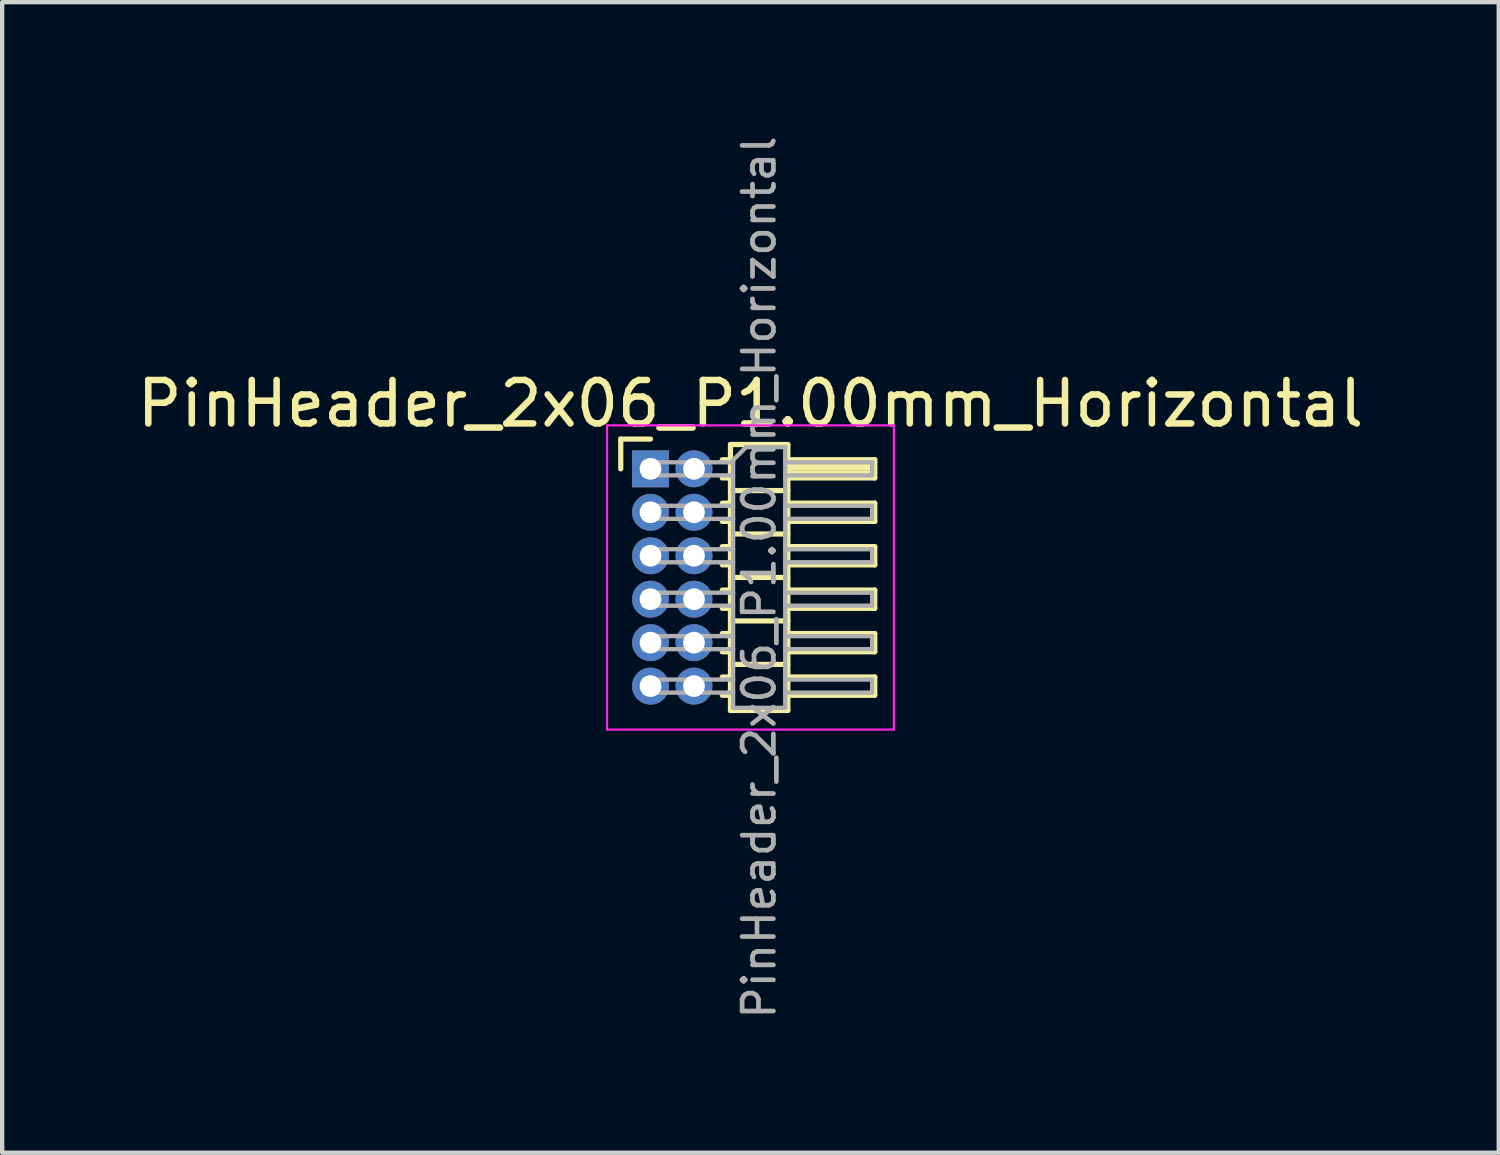
<source format=kicad_pcb>
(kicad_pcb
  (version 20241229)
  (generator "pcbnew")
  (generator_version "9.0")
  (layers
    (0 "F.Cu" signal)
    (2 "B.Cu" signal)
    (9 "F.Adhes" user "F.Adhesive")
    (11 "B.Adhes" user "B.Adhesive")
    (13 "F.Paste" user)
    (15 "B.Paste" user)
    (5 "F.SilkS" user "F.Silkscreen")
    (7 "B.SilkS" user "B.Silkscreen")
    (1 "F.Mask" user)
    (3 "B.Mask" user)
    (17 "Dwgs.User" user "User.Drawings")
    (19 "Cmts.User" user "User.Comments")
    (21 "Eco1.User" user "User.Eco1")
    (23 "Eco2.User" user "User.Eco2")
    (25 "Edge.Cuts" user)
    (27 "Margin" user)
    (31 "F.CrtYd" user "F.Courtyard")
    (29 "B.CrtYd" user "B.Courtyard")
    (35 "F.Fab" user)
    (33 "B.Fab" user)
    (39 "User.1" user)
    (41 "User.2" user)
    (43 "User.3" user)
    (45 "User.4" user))
  (footprint "PinHeader_2x06_P1.00mm_Horizontal"
    (layer "F.Cu")
    (at 11.92 7.739)
    (property "Reference" "PinHeader_2x06_P1.00mm_Horizontal" (at 2.3 -1.5 0) (layer "F.SilkS") (effects (font (size 1 1) (thickness 0.15))))
    (attr through_hole)
    (fp_line (start -0.685 -0.685) (end 0 -0.685) (stroke (width 0.12) (type solid)) (layer "F.SilkS"))
    (fp_line (start -0.685 0) (end -0.685 -0.685) (stroke (width 0.12) (type solid)) (layer "F.SilkS"))
    (fp_line (start 1.652 -0.21) (end 1.84 -0.21) (stroke (width 0.12) (type solid)) (layer "F.SilkS"))
    (fp_line (start 1.652 0.21) (end 1.84 0.21) (stroke (width 0.12) (type solid)) (layer "F.SilkS"))
    (fp_line (start 1.652 0.79) (end 1.84 0.79) (stroke (width 0.12) (type solid)) (layer "F.SilkS"))
    (fp_line (start 1.652 1.21) (end 1.84 1.21) (stroke (width 0.12) (type solid)) (layer "F.SilkS"))
    (fp_line (start 1.652 1.79) (end 1.84 1.79) (stroke (width 0.12) (type solid)) (layer "F.SilkS"))
    (fp_line (start 1.652 2.21) (end 1.84 2.21) (stroke (width 0.12) (type solid)) (layer "F.SilkS"))
    (fp_line (start 1.652 2.79) (end 1.84 2.79) (stroke (width 0.12) (type solid)) (layer "F.SilkS"))
    (fp_line (start 1.652 3.21) (end 1.84 3.21) (stroke (width 0.12) (type solid)) (layer "F.SilkS"))
    (fp_line (start 1.652 3.79) (end 1.84 3.79) (stroke (width 0.12) (type solid)) (layer "F.SilkS"))
    (fp_line (start 1.652 4.21) (end 1.84 4.21) (stroke (width 0.12) (type solid)) (layer "F.SilkS"))
    (fp_line (start 1.652 4.79) (end 1.84 4.79) (stroke (width 0.12) (type solid)) (layer "F.SilkS"))
    (fp_line (start 1.652 5.21) (end 1.84 5.21) (stroke (width 0.12) (type solid)) (layer "F.SilkS"))
    (fp_line (start 1.84 -0.56) (end 1.84 5.56) (stroke (width 0.12) (type solid)) (layer "F.SilkS"))
    (fp_line (start 1.84 0.5) (end 3.16 0.5) (stroke (width 0.12) (type solid)) (layer "F.SilkS"))
    (fp_line (start 1.84 1.5) (end 3.16 1.5) (stroke (width 0.12) (type solid)) (layer "F.SilkS"))
    (fp_line (start 1.84 2.5) (end 3.16 2.5) (stroke (width 0.12) (type solid)) (layer "F.SilkS"))
    (fp_line (start 1.84 3.5) (end 3.16 3.5) (stroke (width 0.12) (type solid)) (layer "F.SilkS"))
    (fp_line (start 1.84 4.5) (end 3.16 4.5) (stroke (width 0.12) (type solid)) (layer "F.SilkS"))
    (fp_line (start 1.84 5.56) (end 3.16 5.56) (stroke (width 0.12) (type solid)) (layer "F.SilkS"))
    (fp_line (start 3.16 -0.56) (end 1.84 -0.56) (stroke (width 0.12) (type solid)) (layer "F.SilkS"))
    (fp_line (start 3.16 -0.21) (end 5.16 -0.21) (stroke (width 0.12) (type solid)) (layer "F.SilkS"))
    (fp_line (start 3.16 -0.15) (end 5.16 -0.15) (stroke (width 0.12) (type solid)) (layer "F.SilkS"))
    (fp_line (start 3.16 -0.03) (end 5.16 -0.03) (stroke (width 0.12) (type solid)) (layer "F.SilkS"))
    (fp_line (start 3.16 0.09) (end 5.16 0.09) (stroke (width 0.12) (type solid)) (layer "F.SilkS"))
    (fp_line (start 3.16 0.79) (end 5.16 0.79) (stroke (width 0.12) (type solid)) (layer "F.SilkS"))
    (fp_line (start 3.16 1.79) (end 5.16 1.79) (stroke (width 0.12) (type solid)) (layer "F.SilkS"))
    (fp_line (start 3.16 2.79) (end 5.16 2.79) (stroke (width 0.12) (type solid)) (layer "F.SilkS"))
    (fp_line (start 3.16 3.79) (end 5.16 3.79) (stroke (width 0.12) (type solid)) (layer "F.SilkS"))
    (fp_line (start 3.16 4.79) (end 5.16 4.79) (stroke (width 0.12) (type solid)) (layer "F.SilkS"))
    (fp_line (start 3.16 5.56) (end 3.16 -0.56) (stroke (width 0.12) (type solid)) (layer "F.SilkS"))
    (fp_line (start 5.16 -0.21) (end 5.16 0.21) (stroke (width 0.12) (type solid)) (layer "F.SilkS"))
    (fp_line (start 5.16 0.21) (end 3.16 0.21) (stroke (width 0.12) (type solid)) (layer "F.SilkS"))
    (fp_line (start 5.16 0.79) (end 5.16 1.21) (stroke (width 0.12) (type solid)) (layer "F.SilkS"))
    (fp_line (start 5.16 1.21) (end 3.16 1.21) (stroke (width 0.12) (type solid)) (layer "F.SilkS"))
    (fp_line (start 5.16 1.79) (end 5.16 2.21) (stroke (width 0.12) (type solid)) (layer "F.SilkS"))
    (fp_line (start 5.16 2.21) (end 3.16 2.21) (stroke (width 0.12) (type solid)) (layer "F.SilkS"))
    (fp_line (start 5.16 2.79) (end 5.16 3.21) (stroke (width 0.12) (type solid)) (layer "F.SilkS"))
    (fp_line (start 5.16 3.21) (end 3.16 3.21) (stroke (width 0.12) (type solid)) (layer "F.SilkS"))
    (fp_line (start 5.16 3.79) (end 5.16 4.21) (stroke (width 0.12) (type solid)) (layer "F.SilkS"))
    (fp_line (start 5.16 4.21) (end 3.16 4.21) (stroke (width 0.12) (type solid)) (layer "F.SilkS"))
    (fp_line (start 5.16 4.79) (end 5.16 5.21) (stroke (width 0.12) (type solid)) (layer "F.SilkS"))
    (fp_line (start 5.16 5.21) (end 3.16 5.21) (stroke (width 0.12) (type solid)) (layer "F.SilkS"))
    (fp_line (start -1 -1) (end -1 6) (stroke (width 0.05) (type solid)) (layer "F.CrtYd"))
    (fp_line (start -1 6) (end 5.6 6) (stroke (width 0.05) (type solid)) (layer "F.CrtYd"))
    (fp_line (start 5.6 -1) (end -1 -1) (stroke (width 0.05) (type solid)) (layer "F.CrtYd"))
    (fp_line (start 5.6 6) (end 5.6 -1) (stroke (width 0.05) (type solid)) (layer "F.CrtYd"))
    (fp_line (start -0.15 -0.15) (end -0.15 0.15) (stroke (width 0.1) (type solid)) (layer "F.Fab"))
    (fp_line (start -0.15 -0.15) (end 1.9 -0.15) (stroke (width 0.1) (type solid)) (layer "F.Fab"))
    (fp_line (start -0.15 0.15) (end 1.9 0.15) (stroke (width 0.1) (type solid)) (layer "F.Fab"))
    (fp_line (start -0.15 0.85) (end -0.15 1.15) (stroke (width 0.1) (type solid)) (layer "F.Fab"))
    (fp_line (start -0.15 0.85) (end 1.9 0.85) (stroke (width 0.1) (type solid)) (layer "F.Fab"))
    (fp_line (start -0.15 1.15) (end 1.9 1.15) (stroke (width 0.1) (type solid)) (layer "F.Fab"))
    (fp_line (start -0.15 1.85) (end -0.15 2.15) (stroke (width 0.1) (type solid)) (layer "F.Fab"))
    (fp_line (start -0.15 1.85) (end 1.9 1.85) (stroke (width 0.1) (type solid)) (layer "F.Fab"))
    (fp_line (start -0.15 2.15) (end 1.9 2.15) (stroke (width 0.1) (type solid)) (layer "F.Fab"))
    (fp_line (start -0.15 2.85) (end -0.15 3.15) (stroke (width 0.1) (type solid)) (layer "F.Fab"))
    (fp_line (start -0.15 2.85) (end 1.9 2.85) (stroke (width 0.1) (type solid)) (layer "F.Fab"))
    (fp_line (start -0.15 3.15) (end 1.9 3.15) (stroke (width 0.1) (type solid)) (layer "F.Fab"))
    (fp_line (start -0.15 3.85) (end -0.15 4.15) (stroke (width 0.1) (type solid)) (layer "F.Fab"))
    (fp_line (start -0.15 3.85) (end 1.9 3.85) (stroke (width 0.1) (type solid)) (layer "F.Fab"))
    (fp_line (start -0.15 4.15) (end 1.9 4.15) (stroke (width 0.1) (type solid)) (layer "F.Fab"))
    (fp_line (start -0.15 4.85) (end -0.15 5.15) (stroke (width 0.1) (type solid)) (layer "F.Fab"))
    (fp_line (start -0.15 4.85) (end 1.9 4.85) (stroke (width 0.1) (type solid)) (layer "F.Fab"))
    (fp_line (start -0.15 5.15) (end 1.9 5.15) (stroke (width 0.1) (type solid)) (layer "F.Fab"))
    (fp_line (start 1.9 -0.2) (end 2.2 -0.5) (stroke (width 0.1) (type solid)) (layer "F.Fab"))
    (fp_line (start 1.9 5.5) (end 1.9 -0.2) (stroke (width 0.1) (type solid)) (layer "F.Fab"))
    (fp_line (start 2.2 -0.5) (end 3.1 -0.5) (stroke (width 0.1) (type solid)) (layer "F.Fab"))
    (fp_line (start 3.1 -0.5) (end 3.1 5.5) (stroke (width 0.1) (type solid)) (layer "F.Fab"))
    (fp_line (start 3.1 -0.15) (end 5.1 -0.15) (stroke (width 0.1) (type solid)) (layer "F.Fab"))
    (fp_line (start 3.1 0.15) (end 5.1 0.15) (stroke (width 0.1) (type solid)) (layer "F.Fab"))
    (fp_line (start 3.1 0.85) (end 5.1 0.85) (stroke (width 0.1) (type solid)) (layer "F.Fab"))
    (fp_line (start 3.1 1.15) (end 5.1 1.15) (stroke (width 0.1) (type solid)) (layer "F.Fab"))
    (fp_line (start 3.1 1.85) (end 5.1 1.85) (stroke (width 0.1) (type solid)) (layer "F.Fab"))
    (fp_line (start 3.1 2.15) (end 5.1 2.15) (stroke (width 0.1) (type solid)) (layer "F.Fab"))
    (fp_line (start 3.1 2.85) (end 5.1 2.85) (stroke (width 0.1) (type solid)) (layer "F.Fab"))
    (fp_line (start 3.1 3.15) (end 5.1 3.15) (stroke (width 0.1) (type solid)) (layer "F.Fab"))
    (fp_line (start 3.1 3.85) (end 5.1 3.85) (stroke (width 0.1) (type solid)) (layer "F.Fab"))
    (fp_line (start 3.1 4.15) (end 5.1 4.15) (stroke (width 0.1) (type solid)) (layer "F.Fab"))
    (fp_line (start 3.1 4.85) (end 5.1 4.85) (stroke (width 0.1) (type solid)) (layer "F.Fab"))
    (fp_line (start 3.1 5.15) (end 5.1 5.15) (stroke (width 0.1) (type solid)) (layer "F.Fab"))
    (fp_line (start 3.1 5.5) (end 1.9 5.5) (stroke (width 0.1) (type solid)) (layer "F.Fab"))
    (fp_line (start 5.1 -0.15) (end 5.1 0.15) (stroke (width 0.1) (type solid)) (layer "F.Fab"))
    (fp_line (start 5.1 0.85) (end 5.1 1.15) (stroke (width 0.1) (type solid)) (layer "F.Fab"))
    (fp_line (start 5.1 1.85) (end 5.1 2.15) (stroke (width 0.1) (type solid)) (layer "F.Fab"))
    (fp_line (start 5.1 2.85) (end 5.1 3.15) (stroke (width 0.1) (type solid)) (layer "F.Fab"))
    (fp_line (start 5.1 3.85) (end 5.1 4.15) (stroke (width 0.1) (type solid)) (layer "F.Fab"))
    (fp_line (start 5.1 4.85) (end 5.1 5.15) (stroke (width 0.1) (type solid)) (layer "F.Fab"))
    (fp_text user "${REFERENCE}" (at 2.5 2.5 90) (layer "F.Fab") (effects (font (size 0.72 0.72) (thickness 0.108))))
    (pad "1" thru_hole rect (at 0 0) (size 0.85 0.85) (drill 0.5) (layers "*.Cu" "*.Mask"))
    (pad "2" thru_hole oval (at 1 0) (size 0.85 0.85) (drill 0.5) (layers "*.Cu" "*.Mask"))
    (pad "3" thru_hole oval (at 0 1) (size 0.85 0.85) (drill 0.5) (layers "*.Cu" "*.Mask"))
    (pad "4" thru_hole oval (at 1 1) (size 0.85 0.85) (drill 0.5) (layers "*.Cu" "*.Mask"))
    (pad "5" thru_hole oval (at 0 2) (size 0.85 0.85) (drill 0.5) (layers "*.Cu" "*.Mask"))
    (pad "6" thru_hole oval (at 1 2) (size 0.85 0.85) (drill 0.5) (layers "*.Cu" "*.Mask"))
    (pad "7" thru_hole oval (at 0 3) (size 0.85 0.85) (drill 0.5) (layers "*.Cu" "*.Mask"))
    (pad "8" thru_hole oval (at 1 3) (size 0.85 0.85) (drill 0.5) (layers "*.Cu" "*.Mask"))
    (pad "9" thru_hole oval (at 0 4) (size 0.85 0.85) (drill 0.5) (layers "*.Cu" "*.Mask"))
    (pad "10" thru_hole oval (at 1 4) (size 0.85 0.85) (drill 0.5) (layers "*.Cu" "*.Mask"))
    (pad "11" thru_hole oval (at 0 5) (size 0.85 0.85) (drill 0.5) (layers "*.Cu" "*.Mask"))
    (pad "12" thru_hole oval (at 1 5) (size 0.85 0.85) (drill 0.5) (layers "*.Cu" "*.Mask")))
  (gr_rect
    (start -3 -3)
    (end 31.44 23.477)
    (stroke (width 0.1) (type default))
    (fill no)
    (layer "Edge.Cuts")))
</source>
